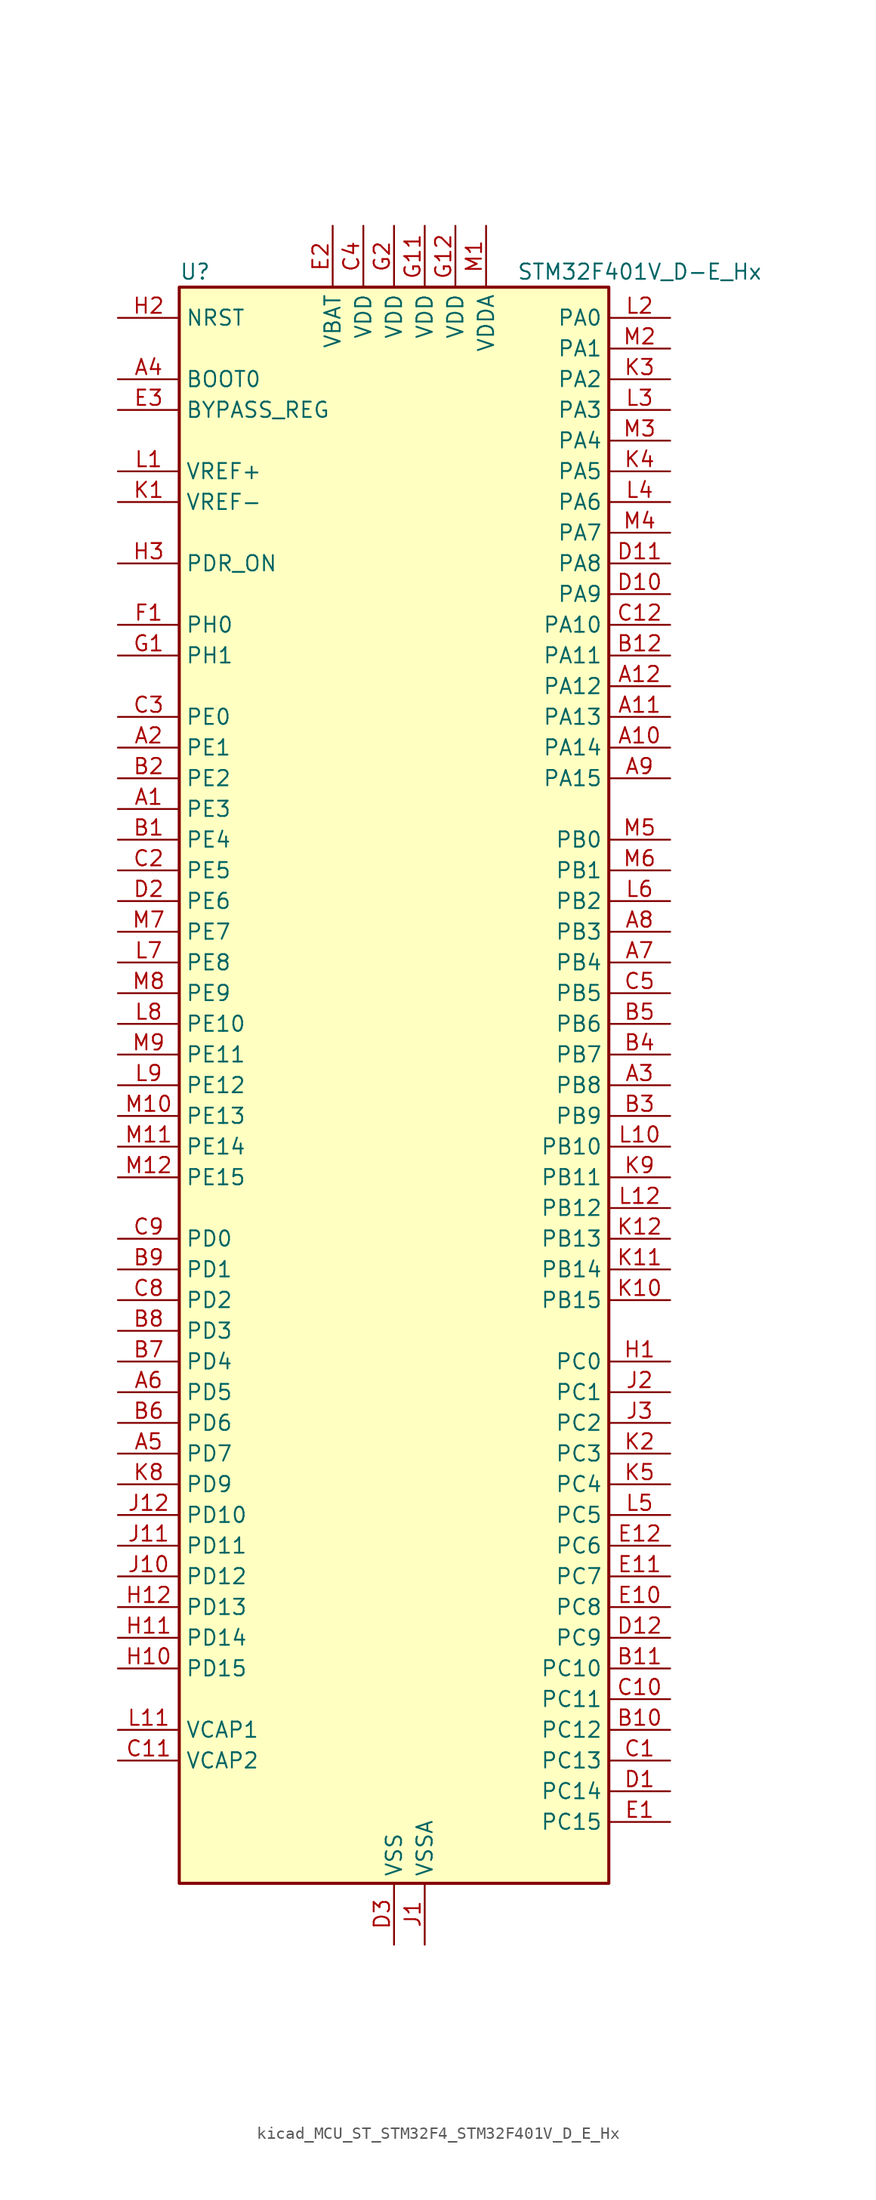
<source format=kicad_sym>
(kicad_symbol_lib
  (version 20220914)
  (generator kicad_symbol_editor)
  (symbol "kicad_MCU_ST_STM32F4_STM32F401V_D_E_Hx"
    (property "Reference" "U"
      (at -17.78 67.31 0)
      (effects (font (size 1.27 1.27)) (justify left)))
    (property "Value" "STM32F401V_D-E_Hx"
      (at 10.16 67.31 0)
      (effects (font (size 1.27 1.27)) (justify left)))
    (property "ki_locked" ""
      (at 0 0 0)
      (effects (font (size 1.27 1.27))))
    (symbol "kicad_MCU_ST_STM32F4_STM32F401V_D_E_Hx_0_1"
      (rectangle (start -17.78 -66.04) (end 17.78 66.04) (stroke (width 0.254) (type default)) (fill (type background))))
    (symbol "kicad_MCU_ST_STM32F4_STM32F401V_D_E_Hx_1_1"
      (pin bidirectional line (at -22.86 22.86 0) (length 5.08) (name "PE3" (effects (font (size 1.27 1.27)))) (number "A1" (effects (font (size 1.27 1.27)))) (alternate "SYS_TRACED0" bidirectional line))
      (pin bidirectional line (at 22.86 27.94 180) (length 5.08) (name "PA14" (effects (font (size 1.27 1.27)))) (number "A10" (effects (font (size 1.27 1.27)))) (alternate "SYS_JTCK-SWCLK" bidirectional line))
      (pin bidirectional line (at 22.86 30.48 180) (length 5.08) (name "PA13" (effects (font (size 1.27 1.27)))) (number "A11" (effects (font (size 1.27 1.27)))) (alternate "SYS_JTMS-SWDIO" bidirectional line))
      (pin bidirectional line (at 22.86 33.02 180) (length 5.08) (name "PA12" (effects (font (size 1.27 1.27)))) (number "A12" (effects (font (size 1.27 1.27)))) (alternate "TIM1_ETR" bidirectional line) (alternate "USART1_RTS" bidirectional line) (alternate "USART6_RX" bidirectional line) (alternate "USB_OTG_FS_DP" bidirectional line))
      (pin bidirectional line (at -22.86 27.94 0) (length 5.08) (name "PE1" (effects (font (size 1.27 1.27)))) (number "A2" (effects (font (size 1.27 1.27)))))
      (pin bidirectional line (at 22.86 0 180) (length 5.08) (name "PB8" (effects (font (size 1.27 1.27)))) (number "A3" (effects (font (size 1.27 1.27)))) (alternate "I2C1_SCL" bidirectional line) (alternate "SDIO_D4" bidirectional line) (alternate "TIM10_CH1" bidirectional line) (alternate "TIM4_CH3" bidirectional line))
      (pin input line (at -22.86 58.42 0) (length 5.08) (name "BOOT0" (effects (font (size 1.27 1.27)))) (number "A4" (effects (font (size 1.27 1.27)))))
      (pin bidirectional line (at -22.86 -30.48 0) (length 5.08) (name "PD7" (effects (font (size 1.27 1.27)))) (number "A5" (effects (font (size 1.27 1.27)))) (alternate "USART2_CK" bidirectional line))
      (pin bidirectional line (at -22.86 -25.4 0) (length 5.08) (name "PD5" (effects (font (size 1.27 1.27)))) (number "A6" (effects (font (size 1.27 1.27)))) (alternate "USART2_TX" bidirectional line))
      (pin bidirectional line (at 22.86 10.16 180) (length 5.08) (name "PB4" (effects (font (size 1.27 1.27)))) (number "A7" (effects (font (size 1.27 1.27)))) (alternate "I2C3_SDA" bidirectional line) (alternate "I2S3_ext_SD" bidirectional line) (alternate "SPI1_MISO" bidirectional line) (alternate "SPI3_MISO" bidirectional line) (alternate "SYS_JTRST" bidirectional line) (alternate "TIM3_CH1" bidirectional line))
      (pin bidirectional line (at 22.86 12.7 180) (length 5.08) (name "PB3" (effects (font (size 1.27 1.27)))) (number "A8" (effects (font (size 1.27 1.27)))) (alternate "I2C2_SDA" bidirectional line) (alternate "I2S3_CK" bidirectional line) (alternate "SPI1_SCK" bidirectional line) (alternate "SPI3_SCK" bidirectional line) (alternate "SYS_JTDO-SWO" bidirectional line) (alternate "TIM2_CH2" bidirectional line))
      (pin bidirectional line (at 22.86 25.4 180) (length 5.08) (name "PA15" (effects (font (size 1.27 1.27)))) (number "A9" (effects (font (size 1.27 1.27)))) (alternate "ADC1_EXTI15" bidirectional line) (alternate "I2S3_WS" bidirectional line) (alternate "SPI1_NSS" bidirectional line) (alternate "SPI3_NSS" bidirectional line) (alternate "SYS_JTDI" bidirectional line) (alternate "TIM2_CH1" bidirectional line) (alternate "TIM2_ETR" bidirectional line))
      (pin bidirectional line (at -22.86 20.32 0) (length 5.08) (name "PE4" (effects (font (size 1.27 1.27)))) (number "B1" (effects (font (size 1.27 1.27)))) (alternate "SPI4_NSS" bidirectional line) (alternate "SYS_TRACED1" bidirectional line))
      (pin bidirectional line (at 22.86 -53.34 180) (length 5.08) (name "PC12" (effects (font (size 1.27 1.27)))) (number "B10" (effects (font (size 1.27 1.27)))) (alternate "I2S3_SD" bidirectional line) (alternate "SDIO_CK" bidirectional line) (alternate "SPI3_MOSI" bidirectional line))
      (pin bidirectional line (at 22.86 -48.26 180) (length 5.08) (name "PC10" (effects (font (size 1.27 1.27)))) (number "B11" (effects (font (size 1.27 1.27)))) (alternate "I2S3_CK" bidirectional line) (alternate "SDIO_D2" bidirectional line) (alternate "SPI3_SCK" bidirectional line))
      (pin bidirectional line (at 22.86 35.56 180) (length 5.08) (name "PA11" (effects (font (size 1.27 1.27)))) (number "B12" (effects (font (size 1.27 1.27)))) (alternate "ADC1_EXTI11" bidirectional line) (alternate "TIM1_CH4" bidirectional line) (alternate "USART1_CTS" bidirectional line) (alternate "USART6_TX" bidirectional line) (alternate "USB_OTG_FS_DM" bidirectional line))
      (pin bidirectional line (at -22.86 25.4 0) (length 5.08) (name "PE2" (effects (font (size 1.27 1.27)))) (number "B2" (effects (font (size 1.27 1.27)))) (alternate "SPI4_SCK" bidirectional line) (alternate "SYS_TRACECLK" bidirectional line))
      (pin bidirectional line (at 22.86 -2.54 180) (length 5.08) (name "PB9" (effects (font (size 1.27 1.27)))) (number "B3" (effects (font (size 1.27 1.27)))) (alternate "I2C1_SDA" bidirectional line) (alternate "I2S2_WS" bidirectional line) (alternate "SDIO_D5" bidirectional line) (alternate "SPI2_NSS" bidirectional line) (alternate "TIM11_CH1" bidirectional line) (alternate "TIM4_CH4" bidirectional line))
      (pin bidirectional line (at 22.86 2.54 180) (length 5.08) (name "PB7" (effects (font (size 1.27 1.27)))) (number "B4" (effects (font (size 1.27 1.27)))) (alternate "I2C1_SDA" bidirectional line) (alternate "TIM4_CH2" bidirectional line) (alternate "USART1_RX" bidirectional line))
      (pin bidirectional line (at 22.86 5.08 180) (length 5.08) (name "PB6" (effects (font (size 1.27 1.27)))) (number "B5" (effects (font (size 1.27 1.27)))) (alternate "I2C1_SCL" bidirectional line) (alternate "TIM4_CH1" bidirectional line) (alternate "USART1_TX" bidirectional line))
      (pin bidirectional line (at -22.86 -27.94 0) (length 5.08) (name "PD6" (effects (font (size 1.27 1.27)))) (number "B6" (effects (font (size 1.27 1.27)))) (alternate "I2S3_SD" bidirectional line) (alternate "SPI3_MOSI" bidirectional line) (alternate "USART2_RX" bidirectional line))
      (pin bidirectional line (at -22.86 -22.86 0) (length 5.08) (name "PD4" (effects (font (size 1.27 1.27)))) (number "B7" (effects (font (size 1.27 1.27)))) (alternate "USART2_RTS" bidirectional line))
      (pin bidirectional line (at -22.86 -20.32 0) (length 5.08) (name "PD3" (effects (font (size 1.27 1.27)))) (number "B8" (effects (font (size 1.27 1.27)))) (alternate "I2S2_CK" bidirectional line) (alternate "SPI2_SCK" bidirectional line) (alternate "USART2_CTS" bidirectional line))
      (pin bidirectional line (at -22.86 -15.24 0) (length 5.08) (name "PD1" (effects (font (size 1.27 1.27)))) (number "B9" (effects (font (size 1.27 1.27)))))
      (pin bidirectional line (at 22.86 -55.88 180) (length 5.08) (name "PC13" (effects (font (size 1.27 1.27)))) (number "C1" (effects (font (size 1.27 1.27)))) (alternate "RTC_AF1" bidirectional line))
      (pin bidirectional line (at 22.86 -50.8 180) (length 5.08) (name "PC11" (effects (font (size 1.27 1.27)))) (number "C10" (effects (font (size 1.27 1.27)))) (alternate "ADC1_EXTI11" bidirectional line) (alternate "I2S3_ext_SD" bidirectional line) (alternate "SDIO_D3" bidirectional line) (alternate "SPI3_MISO" bidirectional line))
      (pin power_out line (at -22.86 -55.88 0) (length 5.08) (name "VCAP2" (effects (font (size 1.27 1.27)))) (number "C11" (effects (font (size 1.27 1.27)))))
      (pin bidirectional line (at 22.86 38.1 180) (length 5.08) (name "PA10" (effects (font (size 1.27 1.27)))) (number "C12" (effects (font (size 1.27 1.27)))) (alternate "TIM1_CH3" bidirectional line) (alternate "USART1_RX" bidirectional line) (alternate "USB_OTG_FS_ID" bidirectional line))
      (pin bidirectional line (at -22.86 17.78 0) (length 5.08) (name "PE5" (effects (font (size 1.27 1.27)))) (number "C2" (effects (font (size 1.27 1.27)))) (alternate "SPI4_MISO" bidirectional line) (alternate "SYS_TRACED2" bidirectional line) (alternate "TIM9_CH1" bidirectional line))
      (pin bidirectional line (at -22.86 30.48 0) (length 5.08) (name "PE0" (effects (font (size 1.27 1.27)))) (number "C3" (effects (font (size 1.27 1.27)))) (alternate "TIM4_ETR" bidirectional line))
      (pin power_in line (at -2.54 71.12 270) (length 5.08) (name "VDD" (effects (font (size 1.27 1.27)))) (number "C4" (effects (font (size 1.27 1.27)))))
      (pin bidirectional line (at 22.86 7.62 180) (length 5.08) (name "PB5" (effects (font (size 1.27 1.27)))) (number "C5" (effects (font (size 1.27 1.27)))) (alternate "I2C1_SMBA" bidirectional line) (alternate "I2S3_SD" bidirectional line) (alternate "SPI1_MOSI" bidirectional line) (alternate "SPI3_MOSI" bidirectional line) (alternate "TIM3_CH2" bidirectional line))
      (pin bidirectional line (at -22.86 -17.78 0) (length 5.08) (name "PD2" (effects (font (size 1.27 1.27)))) (number "C8" (effects (font (size 1.27 1.27)))) (alternate "SDIO_CMD" bidirectional line) (alternate "TIM3_ETR" bidirectional line))
      (pin bidirectional line (at -22.86 -12.7 0) (length 5.08) (name "PD0" (effects (font (size 1.27 1.27)))) (number "C9" (effects (font (size 1.27 1.27)))))
      (pin bidirectional line (at 22.86 -58.42 180) (length 5.08) (name "PC14" (effects (font (size 1.27 1.27)))) (number "D1" (effects (font (size 1.27 1.27)))) (alternate "RCC_OSC32_IN" bidirectional line))
      (pin bidirectional line (at 22.86 40.64 180) (length 5.08) (name "PA9" (effects (font (size 1.27 1.27)))) (number "D10" (effects (font (size 1.27 1.27)))) (alternate "I2C3_SMBA" bidirectional line) (alternate "TIM1_CH2" bidirectional line) (alternate "USART1_TX" bidirectional line) (alternate "USB_OTG_FS_VBUS" bidirectional line))
      (pin bidirectional line (at 22.86 43.18 180) (length 5.08) (name "PA8" (effects (font (size 1.27 1.27)))) (number "D11" (effects (font (size 1.27 1.27)))) (alternate "I2C3_SCL" bidirectional line) (alternate "RCC_MCO_1" bidirectional line) (alternate "TIM1_CH1" bidirectional line) (alternate "USART1_CK" bidirectional line) (alternate "USB_OTG_FS_SOF" bidirectional line))
      (pin bidirectional line (at 22.86 -45.72 180) (length 5.08) (name "PC9" (effects (font (size 1.27 1.27)))) (number "D12" (effects (font (size 1.27 1.27)))) (alternate "I2C3_SDA" bidirectional line) (alternate "I2S_CKIN" bidirectional line) (alternate "RCC_MCO_2" bidirectional line) (alternate "SDIO_D1" bidirectional line) (alternate "TIM3_CH4" bidirectional line))
      (pin bidirectional line (at -22.86 15.24 0) (length 5.08) (name "PE6" (effects (font (size 1.27 1.27)))) (number "D2" (effects (font (size 1.27 1.27)))) (alternate "SPI4_MOSI" bidirectional line) (alternate "SYS_TRACED3" bidirectional line) (alternate "TIM9_CH2" bidirectional line))
      (pin power_in line (at 0 -71.12 90) (length 5.08) (name "VSS" (effects (font (size 1.27 1.27)))) (number "D3" (effects (font (size 1.27 1.27)))))
      (pin bidirectional line (at 22.86 -60.96 180) (length 5.08) (name "PC15" (effects (font (size 1.27 1.27)))) (number "E1" (effects (font (size 1.27 1.27)))) (alternate "ADC1_EXTI15" bidirectional line) (alternate "RCC_OSC32_OUT" bidirectional line))
      (pin bidirectional line (at 22.86 -43.18 180) (length 5.08) (name "PC8" (effects (font (size 1.27 1.27)))) (number "E10" (effects (font (size 1.27 1.27)))) (alternate "SDIO_D0" bidirectional line) (alternate "TIM3_CH3" bidirectional line) (alternate "USART6_CK" bidirectional line))
      (pin bidirectional line (at 22.86 -40.64 180) (length 5.08) (name "PC7" (effects (font (size 1.27 1.27)))) (number "E11" (effects (font (size 1.27 1.27)))) (alternate "I2S3_MCK" bidirectional line) (alternate "SDIO_D7" bidirectional line) (alternate "TIM3_CH2" bidirectional line) (alternate "USART6_RX" bidirectional line))
      (pin bidirectional line (at 22.86 -38.1 180) (length 5.08) (name "PC6" (effects (font (size 1.27 1.27)))) (number "E12" (effects (font (size 1.27 1.27)))) (alternate "I2S2_MCK" bidirectional line) (alternate "SDIO_D6" bidirectional line) (alternate "TIM3_CH1" bidirectional line) (alternate "USART6_TX" bidirectional line))
      (pin power_in line (at -5.08 71.12 270) (length 5.08) (name "VBAT" (effects (font (size 1.27 1.27)))) (number "E2" (effects (font (size 1.27 1.27)))))
      (pin input line (at -22.86 55.88 0) (length 5.08) (name "BYPASS_REG" (effects (font (size 1.27 1.27)))) (number "E3" (effects (font (size 1.27 1.27)))))
      (pin bidirectional line (at -22.86 38.1 0) (length 5.08) (name "PH0" (effects (font (size 1.27 1.27)))) (number "F1" (effects (font (size 1.27 1.27)))) (alternate "RCC_OSC_IN" bidirectional line))
      (pin passive line (at 0 -71.12 90) (length 5.08) hide (name "VSS" (effects (font (size 1.27 1.27)))) (number "F11" (effects (font (size 1.27 1.27)))))
      (pin passive line (at 0 -71.12 90) (length 5.08) hide (name "VSS" (effects (font (size 1.27 1.27)))) (number "F12" (effects (font (size 1.27 1.27)))))
      (pin passive line (at 0 -71.12 90) (length 5.08) hide (name "VSS" (effects (font (size 1.27 1.27)))) (number "F2" (effects (font (size 1.27 1.27)))))
      (pin bidirectional line (at -22.86 35.56 0) (length 5.08) (name "PH1" (effects (font (size 1.27 1.27)))) (number "G1" (effects (font (size 1.27 1.27)))) (alternate "RCC_OSC_OUT" bidirectional line))
      (pin power_in line (at 2.54 71.12 270) (length 5.08) (name "VDD" (effects (font (size 1.27 1.27)))) (number "G11" (effects (font (size 1.27 1.27)))))
      (pin power_in line (at 5.08 71.12 270) (length 5.08) (name "VDD" (effects (font (size 1.27 1.27)))) (number "G12" (effects (font (size 1.27 1.27)))))
      (pin power_in line (at 0 71.12 270) (length 5.08) (name "VDD" (effects (font (size 1.27 1.27)))) (number "G2" (effects (font (size 1.27 1.27)))))
      (pin bidirectional line (at 22.86 -22.86 180) (length 5.08) (name "PC0" (effects (font (size 1.27 1.27)))) (number "H1" (effects (font (size 1.27 1.27)))) (alternate "ADC1_IN10" bidirectional line))
      (pin bidirectional line (at -22.86 -48.26 0) (length 5.08) (name "PD15" (effects (font (size 1.27 1.27)))) (number "H10" (effects (font (size 1.27 1.27)))) (alternate "ADC1_EXTI15" bidirectional line) (alternate "TIM4_CH4" bidirectional line))
      (pin bidirectional line (at -22.86 -45.72 0) (length 5.08) (name "PD14" (effects (font (size 1.27 1.27)))) (number "H11" (effects (font (size 1.27 1.27)))) (alternate "TIM4_CH3" bidirectional line))
      (pin bidirectional line (at -22.86 -43.18 0) (length 5.08) (name "PD13" (effects (font (size 1.27 1.27)))) (number "H12" (effects (font (size 1.27 1.27)))) (alternate "TIM4_CH2" bidirectional line))
      (pin input line (at -22.86 63.5 0) (length 5.08) (name "NRST" (effects (font (size 1.27 1.27)))) (number "H2" (effects (font (size 1.27 1.27)))))
      (pin input line (at -22.86 43.18 0) (length 5.08) (name "PDR_ON" (effects (font (size 1.27 1.27)))) (number "H3" (effects (font (size 1.27 1.27)))))
      (pin power_in line (at 2.54 -71.12 90) (length 5.08) (name "VSSA" (effects (font (size 1.27 1.27)))) (number "J1" (effects (font (size 1.27 1.27)))))
      (pin bidirectional line (at -22.86 -40.64 0) (length 5.08) (name "PD12" (effects (font (size 1.27 1.27)))) (number "J10" (effects (font (size 1.27 1.27)))) (alternate "TIM4_CH1" bidirectional line))
      (pin bidirectional line (at -22.86 -38.1 0) (length 5.08) (name "PD11" (effects (font (size 1.27 1.27)))) (number "J11" (effects (font (size 1.27 1.27)))) (alternate "ADC1_EXTI11" bidirectional line))
      (pin bidirectional line (at -22.86 -35.56 0) (length 5.08) (name "PD10" (effects (font (size 1.27 1.27)))) (number "J12" (effects (font (size 1.27 1.27)))))
      (pin bidirectional line (at 22.86 -25.4 180) (length 5.08) (name "PC1" (effects (font (size 1.27 1.27)))) (number "J2" (effects (font (size 1.27 1.27)))) (alternate "ADC1_IN11" bidirectional line))
      (pin bidirectional line (at 22.86 -27.94 180) (length 5.08) (name "PC2" (effects (font (size 1.27 1.27)))) (number "J3" (effects (font (size 1.27 1.27)))) (alternate "ADC1_IN12" bidirectional line) (alternate "I2S2_ext_SD" bidirectional line) (alternate "SPI2_MISO" bidirectional line))
      (pin input line (at -22.86 48.26 0) (length 5.08) (name "VREF-" (effects (font (size 1.27 1.27)))) (number "K1" (effects (font (size 1.27 1.27)))))
      (pin bidirectional line (at 22.86 -17.78 180) (length 5.08) (name "PB15" (effects (font (size 1.27 1.27)))) (number "K10" (effects (font (size 1.27 1.27)))) (alternate "ADC1_EXTI15" bidirectional line) (alternate "I2S2_SD" bidirectional line) (alternate "RTC_REFIN" bidirectional line) (alternate "SPI2_MOSI" bidirectional line) (alternate "TIM1_CH3N" bidirectional line))
      (pin bidirectional line (at 22.86 -15.24 180) (length 5.08) (name "PB14" (effects (font (size 1.27 1.27)))) (number "K11" (effects (font (size 1.27 1.27)))) (alternate "I2S2_ext_SD" bidirectional line) (alternate "SPI2_MISO" bidirectional line) (alternate "TIM1_CH2N" bidirectional line))
      (pin bidirectional line (at 22.86 -12.7 180) (length 5.08) (name "PB13" (effects (font (size 1.27 1.27)))) (number "K12" (effects (font (size 1.27 1.27)))) (alternate "I2S2_CK" bidirectional line) (alternate "SPI2_SCK" bidirectional line) (alternate "TIM1_CH1N" bidirectional line))
      (pin bidirectional line (at 22.86 -30.48 180) (length 5.08) (name "PC3" (effects (font (size 1.27 1.27)))) (number "K2" (effects (font (size 1.27 1.27)))) (alternate "ADC1_IN13" bidirectional line) (alternate "I2S2_SD" bidirectional line) (alternate "SPI2_MOSI" bidirectional line))
      (pin bidirectional line (at 22.86 58.42 180) (length 5.08) (name "PA2" (effects (font (size 1.27 1.27)))) (number "K3" (effects (font (size 1.27 1.27)))) (alternate "ADC1_IN2" bidirectional line) (alternate "TIM2_CH3" bidirectional line) (alternate "TIM5_CH3" bidirectional line) (alternate "TIM9_CH1" bidirectional line) (alternate "USART2_TX" bidirectional line))
      (pin bidirectional line (at 22.86 50.8 180) (length 5.08) (name "PA5" (effects (font (size 1.27 1.27)))) (number "K4" (effects (font (size 1.27 1.27)))) (alternate "ADC1_IN5" bidirectional line) (alternate "SPI1_SCK" bidirectional line) (alternate "TIM2_CH1" bidirectional line) (alternate "TIM2_ETR" bidirectional line))
      (pin bidirectional line (at 22.86 -33.02 180) (length 5.08) (name "PC4" (effects (font (size 1.27 1.27)))) (number "K5" (effects (font (size 1.27 1.27)))) (alternate "ADC1_IN14" bidirectional line))
      (pin bidirectional line (at -22.86 -33.02 0) (length 5.08) (name "PD9" (effects (font (size 1.27 1.27)))) (number "K8" (effects (font (size 1.27 1.27)))))
      (pin bidirectional line (at 22.86 -7.62 180) (length 5.08) (name "PB11" (effects (font (size 1.27 1.27)))) (number "K9" (effects (font (size 1.27 1.27)))) (alternate "ADC1_EXTI11" bidirectional line) (alternate "I2C2_SDA" bidirectional line) (alternate "TIM2_CH4" bidirectional line))
      (pin input line (at -22.86 50.8 0) (length 5.08) (name "VREF+" (effects (font (size 1.27 1.27)))) (number "L1" (effects (font (size 1.27 1.27)))))
      (pin bidirectional line (at 22.86 -5.08 180) (length 5.08) (name "PB10" (effects (font (size 1.27 1.27)))) (number "L10" (effects (font (size 1.27 1.27)))) (alternate "I2C2_SCL" bidirectional line) (alternate "I2S2_CK" bidirectional line) (alternate "SPI2_SCK" bidirectional line) (alternate "TIM2_CH3" bidirectional line))
      (pin power_out line (at -22.86 -53.34 0) (length 5.08) (name "VCAP1" (effects (font (size 1.27 1.27)))) (number "L11" (effects (font (size 1.27 1.27)))))
      (pin bidirectional line (at 22.86 -10.16 180) (length 5.08) (name "PB12" (effects (font (size 1.27 1.27)))) (number "L12" (effects (font (size 1.27 1.27)))) (alternate "I2C2_SMBA" bidirectional line) (alternate "I2S2_WS" bidirectional line) (alternate "SPI2_NSS" bidirectional line) (alternate "TIM1_BKIN" bidirectional line))
      (pin bidirectional line (at 22.86 63.5 180) (length 5.08) (name "PA0" (effects (font (size 1.27 1.27)))) (number "L2" (effects (font (size 1.27 1.27)))) (alternate "ADC1_IN0" bidirectional line) (alternate "SYS_WKUP" bidirectional line) (alternate "TIM2_CH1" bidirectional line) (alternate "TIM2_ETR" bidirectional line) (alternate "TIM5_CH1" bidirectional line) (alternate "USART2_CTS" bidirectional line))
      (pin bidirectional line (at 22.86 55.88 180) (length 5.08) (name "PA3" (effects (font (size 1.27 1.27)))) (number "L3" (effects (font (size 1.27 1.27)))) (alternate "ADC1_IN3" bidirectional line) (alternate "TIM2_CH4" bidirectional line) (alternate "TIM5_CH4" bidirectional line) (alternate "TIM9_CH2" bidirectional line) (alternate "USART2_RX" bidirectional line))
      (pin bidirectional line (at 22.86 48.26 180) (length 5.08) (name "PA6" (effects (font (size 1.27 1.27)))) (number "L4" (effects (font (size 1.27 1.27)))) (alternate "ADC1_IN6" bidirectional line) (alternate "SPI1_MISO" bidirectional line) (alternate "TIM1_BKIN" bidirectional line) (alternate "TIM3_CH1" bidirectional line))
      (pin bidirectional line (at 22.86 -35.56 180) (length 5.08) (name "PC5" (effects (font (size 1.27 1.27)))) (number "L5" (effects (font (size 1.27 1.27)))) (alternate "ADC1_IN15" bidirectional line))
      (pin bidirectional line (at 22.86 15.24 180) (length 5.08) (name "PB2" (effects (font (size 1.27 1.27)))) (number "L6" (effects (font (size 1.27 1.27)))))
      (pin bidirectional line (at -22.86 10.16 0) (length 5.08) (name "PE8" (effects (font (size 1.27 1.27)))) (number "L7" (effects (font (size 1.27 1.27)))) (alternate "TIM1_CH1N" bidirectional line))
      (pin bidirectional line (at -22.86 5.08 0) (length 5.08) (name "PE10" (effects (font (size 1.27 1.27)))) (number "L8" (effects (font (size 1.27 1.27)))) (alternate "TIM1_CH2N" bidirectional line))
      (pin bidirectional line (at -22.86 0 0) (length 5.08) (name "PE12" (effects (font (size 1.27 1.27)))) (number "L9" (effects (font (size 1.27 1.27)))) (alternate "SPI4_SCK" bidirectional line) (alternate "TIM1_CH3N" bidirectional line))
      (pin power_in line (at 7.62 71.12 270) (length 5.08) (name "VDDA" (effects (font (size 1.27 1.27)))) (number "M1" (effects (font (size 1.27 1.27)))))
      (pin bidirectional line (at -22.86 -2.54 0) (length 5.08) (name "PE13" (effects (font (size 1.27 1.27)))) (number "M10" (effects (font (size 1.27 1.27)))) (alternate "SPI4_MISO" bidirectional line) (alternate "TIM1_CH3" bidirectional line))
      (pin bidirectional line (at -22.86 -5.08 0) (length 5.08) (name "PE14" (effects (font (size 1.27 1.27)))) (number "M11" (effects (font (size 1.27 1.27)))) (alternate "SPI4_MOSI" bidirectional line) (alternate "TIM1_CH4" bidirectional line))
      (pin bidirectional line (at -22.86 -7.62 0) (length 5.08) (name "PE15" (effects (font (size 1.27 1.27)))) (number "M12" (effects (font (size 1.27 1.27)))) (alternate "ADC1_EXTI15" bidirectional line) (alternate "TIM1_BKIN" bidirectional line))
      (pin bidirectional line (at 22.86 60.96 180) (length 5.08) (name "PA1" (effects (font (size 1.27 1.27)))) (number "M2" (effects (font (size 1.27 1.27)))) (alternate "ADC1_IN1" bidirectional line) (alternate "TIM2_CH2" bidirectional line) (alternate "TIM5_CH2" bidirectional line) (alternate "USART2_RTS" bidirectional line))
      (pin bidirectional line (at 22.86 53.34 180) (length 5.08) (name "PA4" (effects (font (size 1.27 1.27)))) (number "M3" (effects (font (size 1.27 1.27)))) (alternate "ADC1_IN4" bidirectional line) (alternate "I2S3_WS" bidirectional line) (alternate "SPI1_NSS" bidirectional line) (alternate "SPI3_NSS" bidirectional line) (alternate "USART2_CK" bidirectional line))
      (pin bidirectional line (at 22.86 45.72 180) (length 5.08) (name "PA7" (effects (font (size 1.27 1.27)))) (number "M4" (effects (font (size 1.27 1.27)))) (alternate "ADC1_IN7" bidirectional line) (alternate "SPI1_MOSI" bidirectional line) (alternate "TIM1_CH1N" bidirectional line) (alternate "TIM3_CH2" bidirectional line))
      (pin bidirectional line (at 22.86 20.32 180) (length 5.08) (name "PB0" (effects (font (size 1.27 1.27)))) (number "M5" (effects (font (size 1.27 1.27)))) (alternate "ADC1_IN8" bidirectional line) (alternate "TIM1_CH2N" bidirectional line) (alternate "TIM3_CH3" bidirectional line))
      (pin bidirectional line (at 22.86 17.78 180) (length 5.08) (name "PB1" (effects (font (size 1.27 1.27)))) (number "M6" (effects (font (size 1.27 1.27)))) (alternate "ADC1_IN9" bidirectional line) (alternate "TIM1_CH3N" bidirectional line) (alternate "TIM3_CH4" bidirectional line))
      (pin bidirectional line (at -22.86 12.7 0) (length 5.08) (name "PE7" (effects (font (size 1.27 1.27)))) (number "M7" (effects (font (size 1.27 1.27)))) (alternate "TIM1_ETR" bidirectional line))
      (pin bidirectional line (at -22.86 7.62 0) (length 5.08) (name "PE9" (effects (font (size 1.27 1.27)))) (number "M8" (effects (font (size 1.27 1.27)))) (alternate "TIM1_CH1" bidirectional line))
      (pin bidirectional line (at -22.86 2.54 0) (length 5.08) (name "PE11" (effects (font (size 1.27 1.27)))) (number "M9" (effects (font (size 1.27 1.27)))) (alternate "ADC1_EXTI11" bidirectional line) (alternate "SPI4_NSS" bidirectional line) (alternate "TIM1_CH2" bidirectional line)))))
</source>
